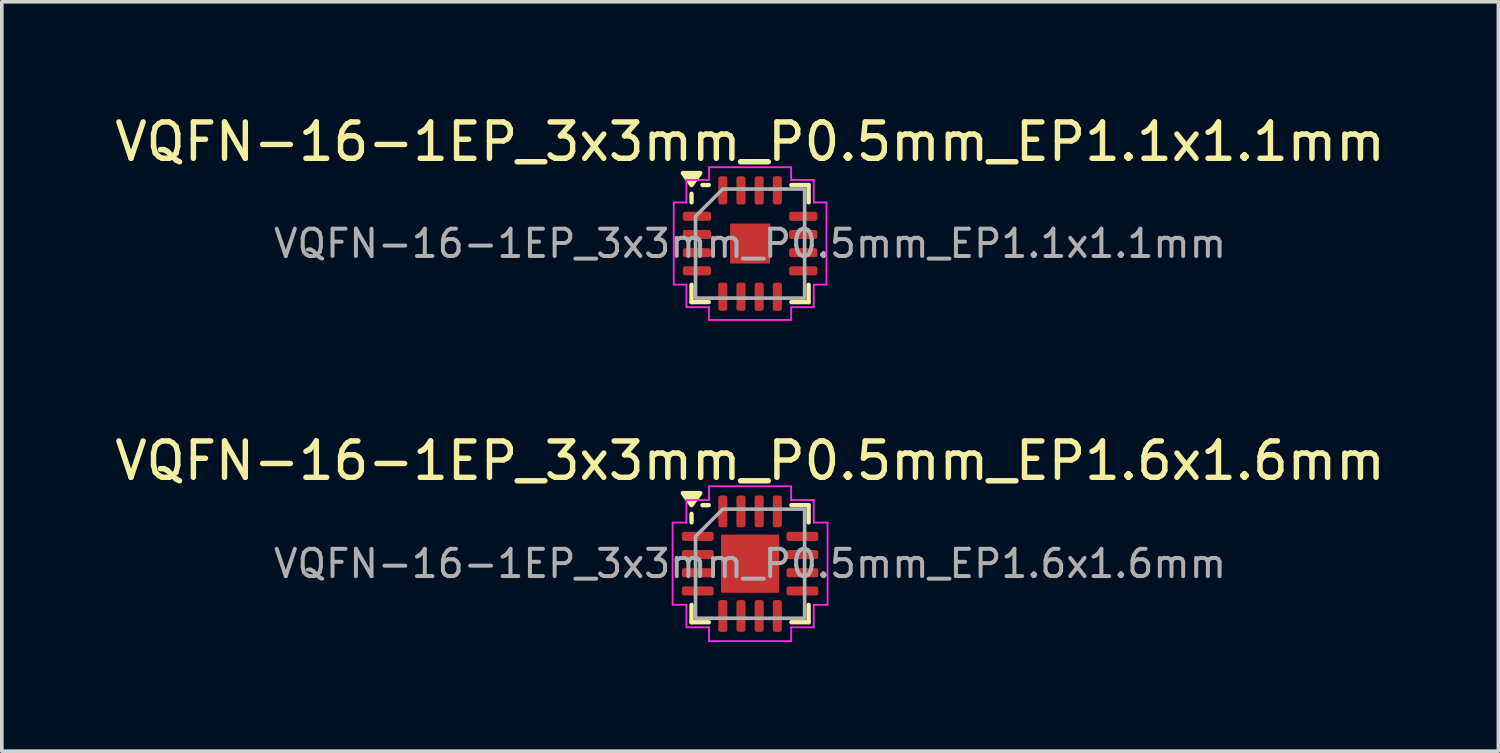
<source format=kicad_pcb>
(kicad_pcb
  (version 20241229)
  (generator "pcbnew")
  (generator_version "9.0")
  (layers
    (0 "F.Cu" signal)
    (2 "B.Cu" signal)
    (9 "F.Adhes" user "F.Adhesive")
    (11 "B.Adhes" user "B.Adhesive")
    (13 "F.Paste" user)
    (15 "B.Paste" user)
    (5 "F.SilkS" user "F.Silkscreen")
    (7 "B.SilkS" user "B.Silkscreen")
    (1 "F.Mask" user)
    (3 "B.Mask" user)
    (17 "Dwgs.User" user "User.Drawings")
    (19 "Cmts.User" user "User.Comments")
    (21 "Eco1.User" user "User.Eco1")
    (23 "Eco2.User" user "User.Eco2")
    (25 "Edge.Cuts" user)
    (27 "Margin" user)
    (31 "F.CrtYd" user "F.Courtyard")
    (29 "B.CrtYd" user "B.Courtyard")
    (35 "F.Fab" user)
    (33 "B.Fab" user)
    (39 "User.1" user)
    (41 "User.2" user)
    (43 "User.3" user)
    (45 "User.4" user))
  (footprint "VQFN-16-1EP_3x3mm_P0.5mm_EP1.6x1.6mm"
    (layer "F.Cu")
    (at 17.577 12.451)
    (property "Reference" "VQFN-16-1EP_3x3mm_P0.5mm_EP1.6x1.6mm" (at 0 -2.83 0) (layer "F.SilkS") (effects (font (size 1 1) (thickness 0.15))))
    (attr smd)
    (fp_line (start -1.61 -1.135) (end -1.61 -1.37) (stroke (width 0.12) (type solid)) (layer "F.SilkS"))
    (fp_line (start -1.61 1.61) (end -1.61 1.135) (stroke (width 0.12) (type solid)) (layer "F.SilkS"))
    (fp_line (start -1.135 -1.61) (end -1.31 -1.61) (stroke (width 0.12) (type solid)) (layer "F.SilkS"))
    (fp_line (start -1.135 1.61) (end -1.61 1.61) (stroke (width 0.12) (type solid)) (layer "F.SilkS"))
    (fp_line (start 1.135 -1.61) (end 1.61 -1.61) (stroke (width 0.12) (type solid)) (layer "F.SilkS"))
    (fp_line (start 1.135 1.61) (end 1.61 1.61) (stroke (width 0.12) (type solid)) (layer "F.SilkS"))
    (fp_line (start 1.61 -1.61) (end 1.61 -1.135) (stroke (width 0.12) (type solid)) (layer "F.SilkS"))
    (fp_line (start 1.61 1.61) (end 1.61 1.135) (stroke (width 0.12) (type solid)) (layer "F.SilkS"))
    (fp_poly (pts (xy -1.61 -1.61) (xy -1.85 -1.94) (xy -1.37 -1.94)) (stroke (width 0.12) (type solid)) (fill yes) (layer "F.SilkS"))
    (fp_line (start -2.13 -1.13) (end -1.75 -1.13) (stroke (width 0.05) (type solid)) (layer "F.CrtYd"))
    (fp_line (start -2.13 1.13) (end -2.13 -1.13) (stroke (width 0.05) (type solid)) (layer "F.CrtYd"))
    (fp_line (start -1.75 -1.75) (end -1.13 -1.75) (stroke (width 0.05) (type solid)) (layer "F.CrtYd"))
    (fp_line (start -1.75 -1.13) (end -1.75 -1.75) (stroke (width 0.05) (type solid)) (layer "F.CrtYd"))
    (fp_line (start -1.75 1.13) (end -2.13 1.13) (stroke (width 0.05) (type solid)) (layer "F.CrtYd"))
    (fp_line (start -1.75 1.75) (end -1.75 1.13) (stroke (width 0.05) (type solid)) (layer "F.CrtYd"))
    (fp_line (start -1.13 -2.13) (end 1.13 -2.13) (stroke (width 0.05) (type solid)) (layer "F.CrtYd"))
    (fp_line (start -1.13 -1.75) (end -1.13 -2.13) (stroke (width 0.05) (type solid)) (layer "F.CrtYd"))
    (fp_line (start -1.13 1.75) (end -1.75 1.75) (stroke (width 0.05) (type solid)) (layer "F.CrtYd"))
    (fp_line (start -1.13 2.13) (end -1.13 1.75) (stroke (width 0.05) (type solid)) (layer "F.CrtYd"))
    (fp_line (start 1.13 -2.13) (end 1.13 -1.75) (stroke (width 0.05) (type solid)) (layer "F.CrtYd"))
    (fp_line (start 1.13 -1.75) (end 1.75 -1.75) (stroke (width 0.05) (type solid)) (layer "F.CrtYd"))
    (fp_line (start 1.13 1.75) (end 1.13 2.13) (stroke (width 0.05) (type solid)) (layer "F.CrtYd"))
    (fp_line (start 1.13 2.13) (end -1.13 2.13) (stroke (width 0.05) (type solid)) (layer "F.CrtYd"))
    (fp_line (start 1.75 -1.75) (end 1.75 -1.13) (stroke (width 0.05) (type solid)) (layer "F.CrtYd"))
    (fp_line (start 1.75 -1.13) (end 2.13 -1.13) (stroke (width 0.05) (type solid)) (layer "F.CrtYd"))
    (fp_line (start 1.75 1.13) (end 1.75 1.75) (stroke (width 0.05) (type solid)) (layer "F.CrtYd"))
    (fp_line (start 1.75 1.75) (end 1.13 1.75) (stroke (width 0.05) (type solid)) (layer "F.CrtYd"))
    (fp_line (start 2.13 -1.13) (end 2.13 1.13) (stroke (width 0.05) (type solid)) (layer "F.CrtYd"))
    (fp_line (start 2.13 1.13) (end 1.75 1.13) (stroke (width 0.05) (type solid)) (layer "F.CrtYd"))
    (fp_poly (pts (xy -1.5 -0.75) (xy -1.5 1.5) (xy 1.5 1.5) (xy 1.5 -1.5) (xy -0.75 -1.5)) (stroke (width 0.1) (type solid)) (fill no) (layer "F.Fab"))
    (fp_text user "${REFERENCE}" (at 0 0 0) (layer "F.Fab") (effects (font (size 0.75 0.75) (thickness 0.11))))
    (pad "" smd roundrect (at -0.4 -0.4) (size 0.64 0.64) (layers "F.Paste") (roundrect_rratio 0.25))
    (pad "" smd roundrect (at -0.4 0.4) (size 0.64 0.64) (layers "F.Paste") (roundrect_rratio 0.25))
    (pad "" smd roundrect (at 0.4 -0.4) (size 0.64 0.64) (layers "F.Paste") (roundrect_rratio 0.25))
    (pad "" smd roundrect (at 0.4 0.4) (size 0.64 0.64) (layers "F.Paste") (roundrect_rratio 0.25))
    (pad "1" smd roundrect (at -1.438 -0.75) (size 0.875 0.25) (layers "F.Cu" "F.Mask" "F.Paste") (roundrect_rratio 0.25))
    (pad "2" smd roundrect (at -1.438 -0.25) (size 0.875 0.25) (layers "F.Cu" "F.Mask" "F.Paste") (roundrect_rratio 0.25))
    (pad "3" smd roundrect (at -1.438 0.25) (size 0.875 0.25) (layers "F.Cu" "F.Mask" "F.Paste") (roundrect_rratio 0.25))
    (pad "4" smd roundrect (at -1.438 0.75) (size 0.875 0.25) (layers "F.Cu" "F.Mask" "F.Paste") (roundrect_rratio 0.25))
    (pad "5" smd roundrect (at -0.75 1.438) (size 0.25 0.875) (layers "F.Cu" "F.Mask" "F.Paste") (roundrect_rratio 0.25))
    (pad "6" smd roundrect (at -0.25 1.438) (size 0.25 0.875) (layers "F.Cu" "F.Mask" "F.Paste") (roundrect_rratio 0.25))
    (pad "7" smd roundrect (at 0.25 1.438) (size 0.25 0.875) (layers "F.Cu" "F.Mask" "F.Paste") (roundrect_rratio 0.25))
    (pad "8" smd roundrect (at 0.75 1.438) (size 0.25 0.875) (layers "F.Cu" "F.Mask" "F.Paste") (roundrect_rratio 0.25))
    (pad "9" smd roundrect (at 1.438 0.75) (size 0.875 0.25) (layers "F.Cu" "F.Mask" "F.Paste") (roundrect_rratio 0.25))
    (pad "10" smd roundrect (at 1.438 0.25) (size 0.875 0.25) (layers "F.Cu" "F.Mask" "F.Paste") (roundrect_rratio 0.25))
    (pad "11" smd roundrect (at 1.438 -0.25) (size 0.875 0.25) (layers "F.Cu" "F.Mask" "F.Paste") (roundrect_rratio 0.25))
    (pad "12" smd roundrect (at 1.438 -0.75) (size 0.875 0.25) (layers "F.Cu" "F.Mask" "F.Paste") (roundrect_rratio 0.25))
    (pad "13" smd roundrect (at 0.75 -1.438) (size 0.25 0.875) (layers "F.Cu" "F.Mask" "F.Paste") (roundrect_rratio 0.25))
    (pad "14" smd roundrect (at 0.25 -1.438) (size 0.25 0.875) (layers "F.Cu" "F.Mask" "F.Paste") (roundrect_rratio 0.25))
    (pad "15" smd roundrect (at -0.25 -1.438) (size 0.25 0.875) (layers "F.Cu" "F.Mask" "F.Paste") (roundrect_rratio 0.25))
    (pad "16" smd roundrect (at -0.75 -1.438) (size 0.25 0.875) (layers "F.Cu" "F.Mask" "F.Paste") (roundrect_rratio 0.25))
    (pad "17" smd rect (at 0 0) (size 1.6 1.6) (property pad_prop_heatsink) (layers "F.Cu" "F.Mask")))
  (footprint "VQFN-16-1EP_3x3mm_P0.5mm_EP1.1x1.1mm"
    (layer "F.Cu")
    (at 17.577 3.648)
    (property "Reference" "VQFN-16-1EP_3x3mm_P0.5mm_EP1.1x1.1mm" (at 0 -2.8 0) (layer "F.SilkS") (effects (font (size 1 1) (thickness 0.15))))
    (attr smd)
    (fp_line (start -1.61 -1.135) (end -1.61 -1.37) (stroke (width 0.12) (type solid)) (layer "F.SilkS"))
    (fp_line (start -1.61 1.61) (end -1.61 1.135) (stroke (width 0.12) (type solid)) (layer "F.SilkS"))
    (fp_line (start -1.135 -1.61) (end -1.31 -1.61) (stroke (width 0.12) (type solid)) (layer "F.SilkS"))
    (fp_line (start -1.135 1.61) (end -1.61 1.61) (stroke (width 0.12) (type solid)) (layer "F.SilkS"))
    (fp_line (start 1.135 -1.61) (end 1.61 -1.61) (stroke (width 0.12) (type solid)) (layer "F.SilkS"))
    (fp_line (start 1.135 1.61) (end 1.61 1.61) (stroke (width 0.12) (type solid)) (layer "F.SilkS"))
    (fp_line (start 1.61 -1.61) (end 1.61 -1.135) (stroke (width 0.12) (type solid)) (layer "F.SilkS"))
    (fp_line (start 1.61 1.61) (end 1.61 1.135) (stroke (width 0.12) (type solid)) (layer "F.SilkS"))
    (fp_poly (pts (xy -1.61 -1.61) (xy -1.85 -1.94) (xy -1.37 -1.94)) (stroke (width 0.12) (type solid)) (fill yes) (layer "F.SilkS"))
    (fp_line (start -2.1 -1.13) (end -1.75 -1.13) (stroke (width 0.05) (type solid)) (layer "F.CrtYd"))
    (fp_line (start -2.1 1.13) (end -2.1 -1.13) (stroke (width 0.05) (type solid)) (layer "F.CrtYd"))
    (fp_line (start -1.75 -1.75) (end -1.13 -1.75) (stroke (width 0.05) (type solid)) (layer "F.CrtYd"))
    (fp_line (start -1.75 -1.13) (end -1.75 -1.75) (stroke (width 0.05) (type solid)) (layer "F.CrtYd"))
    (fp_line (start -1.75 1.13) (end -2.1 1.13) (stroke (width 0.05) (type solid)) (layer "F.CrtYd"))
    (fp_line (start -1.75 1.75) (end -1.75 1.13) (stroke (width 0.05) (type solid)) (layer "F.CrtYd"))
    (fp_line (start -1.13 -2.1) (end 1.13 -2.1) (stroke (width 0.05) (type solid)) (layer "F.CrtYd"))
    (fp_line (start -1.13 -1.75) (end -1.13 -2.1) (stroke (width 0.05) (type solid)) (layer "F.CrtYd"))
    (fp_line (start -1.13 1.75) (end -1.75 1.75) (stroke (width 0.05) (type solid)) (layer "F.CrtYd"))
    (fp_line (start -1.13 2.1) (end -1.13 1.75) (stroke (width 0.05) (type solid)) (layer "F.CrtYd"))
    (fp_line (start 1.13 -2.1) (end 1.13 -1.75) (stroke (width 0.05) (type solid)) (layer "F.CrtYd"))
    (fp_line (start 1.13 -1.75) (end 1.75 -1.75) (stroke (width 0.05) (type solid)) (layer "F.CrtYd"))
    (fp_line (start 1.13 1.75) (end 1.13 2.1) (stroke (width 0.05) (type solid)) (layer "F.CrtYd"))
    (fp_line (start 1.13 2.1) (end -1.13 2.1) (stroke (width 0.05) (type solid)) (layer "F.CrtYd"))
    (fp_line (start 1.75 -1.75) (end 1.75 -1.13) (stroke (width 0.05) (type solid)) (layer "F.CrtYd"))
    (fp_line (start 1.75 -1.13) (end 2.1 -1.13) (stroke (width 0.05) (type solid)) (layer "F.CrtYd"))
    (fp_line (start 1.75 1.13) (end 1.75 1.75) (stroke (width 0.05) (type solid)) (layer "F.CrtYd"))
    (fp_line (start 1.75 1.75) (end 1.13 1.75) (stroke (width 0.05) (type solid)) (layer "F.CrtYd"))
    (fp_line (start 2.1 -1.13) (end 2.1 1.13) (stroke (width 0.05) (type solid)) (layer "F.CrtYd"))
    (fp_line (start 2.1 1.13) (end 1.75 1.13) (stroke (width 0.05) (type solid)) (layer "F.CrtYd"))
    (fp_poly (pts (xy -1.5 -0.75) (xy -1.5 1.5) (xy 1.5 1.5) (xy 1.5 -1.5) (xy -0.75 -1.5)) (stroke (width 0.1) (type solid)) (fill no) (layer "F.Fab"))
    (fp_text user "${REFERENCE}" (at 0 0 0) (layer "F.Fab") (effects (font (size 0.75 0.75) (thickness 0.11))))
    (pad "" smd roundrect (at 0 0) (size 0.89 0.89) (layers "F.Paste") (roundrect_rratio 0.25))
    (pad "1" smd roundrect (at -1.462 -0.75) (size 0.775 0.25) (layers "F.Cu" "F.Mask" "F.Paste") (roundrect_rratio 0.25))
    (pad "2" smd roundrect (at -1.462 -0.25) (size 0.775 0.25) (layers "F.Cu" "F.Mask" "F.Paste") (roundrect_rratio 0.25))
    (pad "3" smd roundrect (at -1.462 0.25) (size 0.775 0.25) (layers "F.Cu" "F.Mask" "F.Paste") (roundrect_rratio 0.25))
    (pad "4" smd roundrect (at -1.462 0.75) (size 0.775 0.25) (layers "F.Cu" "F.Mask" "F.Paste") (roundrect_rratio 0.25))
    (pad "5" smd roundrect (at -0.75 1.462) (size 0.25 0.775) (layers "F.Cu" "F.Mask" "F.Paste") (roundrect_rratio 0.25))
    (pad "6" smd roundrect (at -0.25 1.462) (size 0.25 0.775) (layers "F.Cu" "F.Mask" "F.Paste") (roundrect_rratio 0.25))
    (pad "7" smd roundrect (at 0.25 1.462) (size 0.25 0.775) (layers "F.Cu" "F.Mask" "F.Paste") (roundrect_rratio 0.25))
    (pad "8" smd roundrect (at 0.75 1.462) (size 0.25 0.775) (layers "F.Cu" "F.Mask" "F.Paste") (roundrect_rratio 0.25))
    (pad "9" smd roundrect (at 1.462 0.75) (size 0.775 0.25) (layers "F.Cu" "F.Mask" "F.Paste") (roundrect_rratio 0.25))
    (pad "10" smd roundrect (at 1.462 0.25) (size 0.775 0.25) (layers "F.Cu" "F.Mask" "F.Paste") (roundrect_rratio 0.25))
    (pad "11" smd roundrect (at 1.462 -0.25) (size 0.775 0.25) (layers "F.Cu" "F.Mask" "F.Paste") (roundrect_rratio 0.25))
    (pad "12" smd roundrect (at 1.462 -0.75) (size 0.775 0.25) (layers "F.Cu" "F.Mask" "F.Paste") (roundrect_rratio 0.25))
    (pad "13" smd roundrect (at 0.75 -1.462) (size 0.25 0.775) (layers "F.Cu" "F.Mask" "F.Paste") (roundrect_rratio 0.25))
    (pad "14" smd roundrect (at 0.25 -1.462) (size 0.25 0.775) (layers "F.Cu" "F.Mask" "F.Paste") (roundrect_rratio 0.25))
    (pad "15" smd roundrect (at -0.25 -1.462) (size 0.25 0.775) (layers "F.Cu" "F.Mask" "F.Paste") (roundrect_rratio 0.25))
    (pad "16" smd roundrect (at -0.75 -1.462) (size 0.25 0.775) (layers "F.Cu" "F.Mask" "F.Paste") (roundrect_rratio 0.25))
    (pad "17" smd rect (at 0 0) (size 1.1 1.1) (property pad_prop_heatsink) (layers "F.Cu" "F.Mask")))
  (gr_rect
    (start -3 -3)
    (end 38.155 17.607)
    (stroke (width 0.1) (type default))
    (fill no)
    (layer "Edge.Cuts")))
</source>
